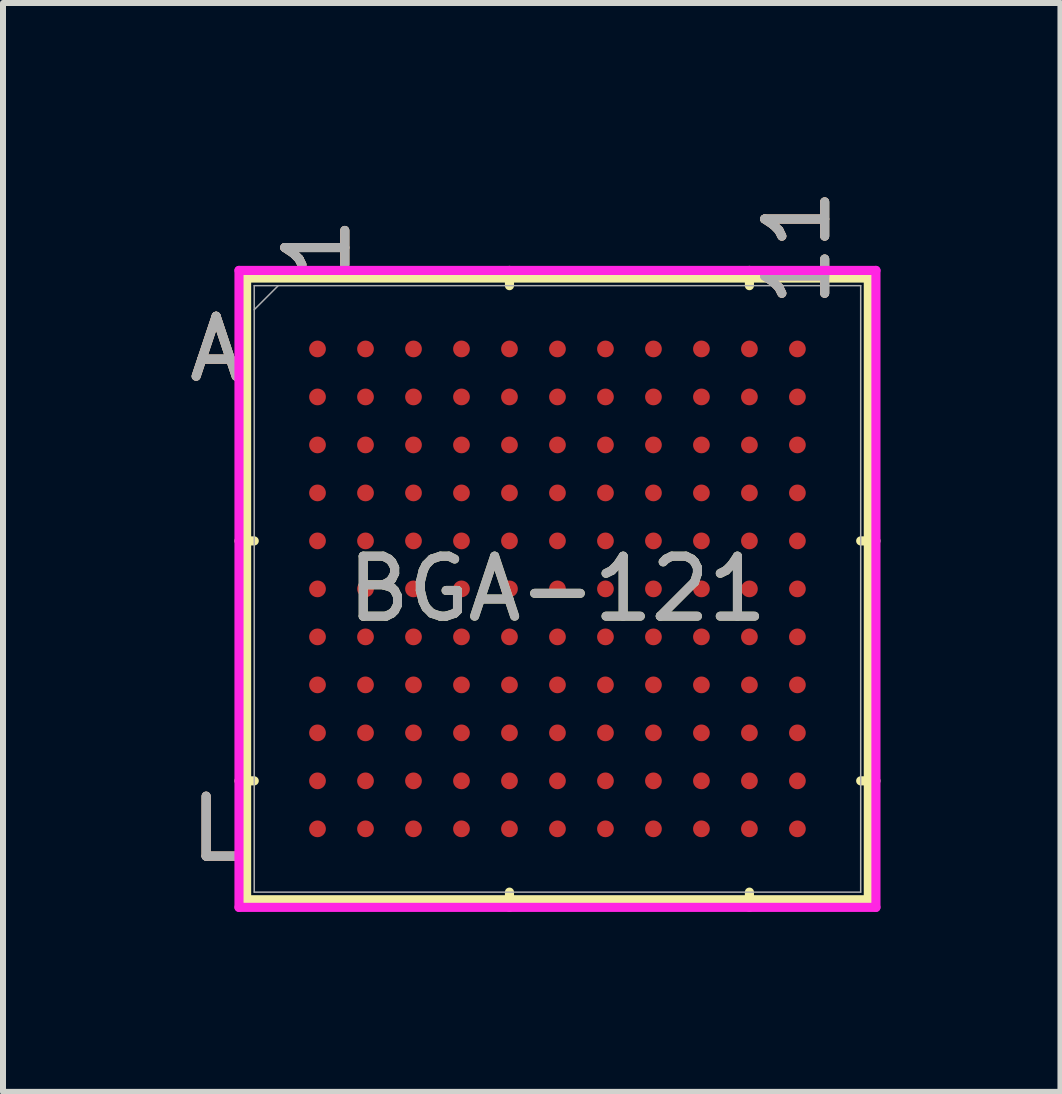
<source format=kicad_pcb>
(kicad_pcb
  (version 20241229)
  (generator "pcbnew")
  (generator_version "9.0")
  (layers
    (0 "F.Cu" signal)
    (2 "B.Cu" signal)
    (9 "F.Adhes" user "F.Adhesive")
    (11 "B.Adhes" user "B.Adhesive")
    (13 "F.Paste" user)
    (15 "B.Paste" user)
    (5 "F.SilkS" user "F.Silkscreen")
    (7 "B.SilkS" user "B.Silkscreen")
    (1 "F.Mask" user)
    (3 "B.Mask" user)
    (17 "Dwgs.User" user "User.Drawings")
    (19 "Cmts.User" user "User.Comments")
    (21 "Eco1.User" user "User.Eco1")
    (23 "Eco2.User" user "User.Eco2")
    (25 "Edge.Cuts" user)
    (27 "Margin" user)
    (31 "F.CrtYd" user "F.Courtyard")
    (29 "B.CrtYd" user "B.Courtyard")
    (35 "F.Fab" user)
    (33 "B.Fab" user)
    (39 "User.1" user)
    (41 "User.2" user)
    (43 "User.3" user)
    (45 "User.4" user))
  (footprint "BGA-121"
    (layer "F.Cu")
    (at 6.243 6.767)
    (property "Reference" "BGA-121" (at 0 0 0) (unlocked yes) (layer "F.SilkS") (effects (font (size 1 1) (thickness 0.15))))
    (attr smd)
    (fp_line (start -5.182 -5.182) (end -5.182 5.182) (stroke (width 0.152) (type solid)) (layer "F.SilkS"))
    (fp_line (start -5.182 5.182) (end 5.182 5.182) (stroke (width 0.152) (type solid)) (layer "F.SilkS"))
    (fp_line (start -5.055 -0.8) (end -5.309 -0.8) (stroke (width 0.152) (type solid)) (layer "F.SilkS"))
    (fp_line (start -5.055 3.2) (end -5.309 3.2) (stroke (width 0.152) (type solid)) (layer "F.SilkS"))
    (fp_line (start -0.8 -5.055) (end -0.8 -5.309) (stroke (width 0.152) (type solid)) (layer "F.SilkS"))
    (fp_line (start -0.8 5.055) (end -0.8 5.309) (stroke (width 0.152) (type solid)) (layer "F.SilkS"))
    (fp_line (start 3.2 -5.055) (end 3.2 -5.309) (stroke (width 0.152) (type solid)) (layer "F.SilkS"))
    (fp_line (start 3.2 5.055) (end 3.2 5.309) (stroke (width 0.152) (type solid)) (layer "F.SilkS"))
    (fp_line (start 5.055 -0.8) (end 5.309 -0.8) (stroke (width 0.152) (type solid)) (layer "F.SilkS"))
    (fp_line (start 5.055 3.2) (end 5.309 3.2) (stroke (width 0.152) (type solid)) (layer "F.SilkS"))
    (fp_line (start 5.182 -5.182) (end -5.182 -5.182) (stroke (width 0.152) (type solid)) (layer "F.SilkS"))
    (fp_line (start 5.182 5.182) (end 5.182 -5.182) (stroke (width 0.152) (type solid)) (layer "F.SilkS"))
    (fp_poly (pts (xy -4.845 -4.845) (xy 4.845 -4.845) (xy 4.845 4.845) (xy -4.845 4.845)) (stroke (width 0.1) (type solid)) (fill no) (layer "Eco2.User"))
    (fp_line (start -5.309 -5.309) (end 5.309 -5.309) (stroke (width 0.152) (type solid)) (layer "F.CrtYd"))
    (fp_line (start -5.309 5.309) (end -5.309 -5.309) (stroke (width 0.152) (type solid)) (layer "F.CrtYd"))
    (fp_line (start 5.309 -5.309) (end 5.309 5.309) (stroke (width 0.152) (type solid)) (layer "F.CrtYd"))
    (fp_line (start 5.309 5.309) (end -5.309 5.309) (stroke (width 0.152) (type solid)) (layer "F.CrtYd"))
    (fp_line (start -5.055 -5.055) (end -5.055 5.055) (stroke (width 0.025) (type solid)) (layer "F.Fab"))
    (fp_line (start -5.055 5.055) (end 5.055 5.055) (stroke (width 0.025) (type solid)) (layer "F.Fab"))
    (fp_line (start -4.655 -5.055) (end -5.055 -4.655) (stroke (width 0.025) (type solid)) (layer "F.Fab"))
    (fp_line (start 5.055 -5.055) (end -5.055 -5.055) (stroke (width 0.025) (type solid)) (layer "F.Fab"))
    (fp_line (start 5.055 5.055) (end 5.055 -5.055) (stroke (width 0.025) (type solid)) (layer "F.Fab"))
    (fp_text user "11" (at 4 -5.69 90) (unlocked yes) (layer "F.SilkS") (effects (font (size 1 1) (thickness 0.15))))
    (fp_text user "1" (at -4 -5.69 90) (unlocked yes) (layer "F.SilkS") (effects (font (size 1 1) (thickness 0.15))))
    (fp_text user "L" (at -5.69 4 0) (unlocked yes) (layer "F.SilkS") (effects (font (size 1 1) (thickness 0.15))))
    (fp_text user "A" (at -5.69 -4 0) (unlocked yes) (layer "F.SilkS") (effects (font (size 1 1) (thickness 0.15))))
    (fp_text user "L" (at -5.69 4 0) (unlocked yes) (layer "B.SilkS") (effects (font (size 1 1) (thickness 0.15))))
    (fp_text user "11" (at 4 -5.69 90) (unlocked yes) (layer "B.SilkS") (effects (font (size 1 1) (thickness 0.15))))
    (fp_text user "A" (at -5.69 -4 0) (unlocked yes) (layer "B.SilkS") (effects (font (size 1 1) (thickness 0.15))))
    (fp_text user "1" (at -4 -5.69 90) (unlocked yes) (layer "B.SilkS") (effects (font (size 1 1) (thickness 0.15))))
    (fp_text user "A" (at -5.69 -4 0) (unlocked yes) (layer "F.Fab") (effects (font (size 1 1) (thickness 0.15))))
    (fp_text user "L" (at -5.69 4 0) (unlocked yes) (layer "F.Fab") (effects (font (size 1 1) (thickness 0.15))))
    (fp_text user "${REFERENCE}" (at 0 0 0) (unlocked yes) (layer "F.Fab") (effects (font (size 1 1) (thickness 0.15))))
    (fp_text user "1" (at -4 -5.69 90) (unlocked yes) (layer "F.Fab") (effects (font (size 1 1) (thickness 0.15))))
    (fp_text user "11" (at 4 -5.69 90) (unlocked yes) (layer "F.Fab") (effects (font (size 1 1) (thickness 0.15))))
    (pad "A1" smd circle (at -4 -4) (size 0.279 0.279) (layers "F.Cu" "F.Mask" "F.Paste"))
    (pad "A2" smd circle (at -3.2 -4) (size 0.279 0.279) (layers "F.Cu" "F.Mask" "F.Paste"))
    (pad "A3" smd circle (at -2.4 -4) (size 0.279 0.279) (layers "F.Cu" "F.Mask" "F.Paste"))
    (pad "A4" smd circle (at -1.6 -4) (size 0.279 0.279) (layers "F.Cu" "F.Mask" "F.Paste"))
    (pad "A5" smd circle (at -0.8 -4) (size 0.279 0.279) (layers "F.Cu" "F.Mask" "F.Paste"))
    (pad "A6" smd circle (at 0 -4) (size 0.279 0.279) (layers "F.Cu" "F.Mask" "F.Paste"))
    (pad "A7" smd circle (at 0.8 -4) (size 0.279 0.279) (layers "F.Cu" "F.Mask" "F.Paste"))
    (pad "A8" smd circle (at 1.6 -4) (size 0.279 0.279) (layers "F.Cu" "F.Mask" "F.Paste"))
    (pad "A9" smd circle (at 2.4 -4) (size 0.279 0.279) (layers "F.Cu" "F.Mask" "F.Paste"))
    (pad "A10" smd circle (at 3.2 -4) (size 0.279 0.279) (layers "F.Cu" "F.Mask" "F.Paste"))
    (pad "A11" smd circle (at 4 -4) (size 0.279 0.279) (layers "F.Cu" "F.Mask" "F.Paste"))
    (pad "B1" smd circle (at -4 -3.2) (size 0.279 0.279) (layers "F.Cu" "F.Mask" "F.Paste"))
    (pad "B2" smd circle (at -3.2 -3.2) (size 0.279 0.279) (layers "F.Cu" "F.Mask" "F.Paste"))
    (pad "B3" smd circle (at -2.4 -3.2) (size 0.279 0.279) (layers "F.Cu" "F.Mask" "F.Paste"))
    (pad "B4" smd circle (at -1.6 -3.2) (size 0.279 0.279) (layers "F.Cu" "F.Mask" "F.Paste"))
    (pad "B5" smd circle (at -0.8 -3.2) (size 0.279 0.279) (layers "F.Cu" "F.Mask" "F.Paste"))
    (pad "B6" smd circle (at 0 -3.2) (size 0.279 0.279) (layers "F.Cu" "F.Mask" "F.Paste"))
    (pad "B7" smd circle (at 0.8 -3.2) (size 0.279 0.279) (layers "F.Cu" "F.Mask" "F.Paste"))
    (pad "B8" smd circle (at 1.6 -3.2) (size 0.279 0.279) (layers "F.Cu" "F.Mask" "F.Paste"))
    (pad "B9" smd circle (at 2.4 -3.2) (size 0.279 0.279) (layers "F.Cu" "F.Mask" "F.Paste"))
    (pad "B10" smd circle (at 3.2 -3.2) (size 0.279 0.279) (layers "F.Cu" "F.Mask" "F.Paste"))
    (pad "B11" smd circle (at 4 -3.2) (size 0.279 0.279) (layers "F.Cu" "F.Mask" "F.Paste"))
    (pad "C1" smd circle (at -4 -2.4) (size 0.279 0.279) (layers "F.Cu" "F.Mask" "F.Paste"))
    (pad "C2" smd circle (at -3.2 -2.4) (size 0.279 0.279) (layers "F.Cu" "F.Mask" "F.Paste"))
    (pad "C3" smd circle (at -2.4 -2.4) (size 0.279 0.279) (layers "F.Cu" "F.Mask" "F.Paste"))
    (pad "C4" smd circle (at -1.6 -2.4) (size 0.279 0.279) (layers "F.Cu" "F.Mask" "F.Paste"))
    (pad "C5" smd circle (at -0.8 -2.4) (size 0.279 0.279) (layers "F.Cu" "F.Mask" "F.Paste"))
    (pad "C6" smd circle (at 0 -2.4) (size 0.279 0.279) (layers "F.Cu" "F.Mask" "F.Paste"))
    (pad "C7" smd circle (at 0.8 -2.4) (size 0.279 0.279) (layers "F.Cu" "F.Mask" "F.Paste"))
    (pad "C8" smd circle (at 1.6 -2.4) (size 0.279 0.279) (layers "F.Cu" "F.Mask" "F.Paste"))
    (pad "C9" smd circle (at 2.4 -2.4) (size 0.279 0.279) (layers "F.Cu" "F.Mask" "F.Paste"))
    (pad "C10" smd circle (at 3.2 -2.4) (size 0.279 0.279) (layers "F.Cu" "F.Mask" "F.Paste"))
    (pad "C11" smd circle (at 4 -2.4) (size 0.279 0.279) (layers "F.Cu" "F.Mask" "F.Paste"))
    (pad "D1" smd circle (at -4 -1.6) (size 0.279 0.279) (layers "F.Cu" "F.Mask" "F.Paste"))
    (pad "D2" smd circle (at -3.2 -1.6) (size 0.279 0.279) (layers "F.Cu" "F.Mask" "F.Paste"))
    (pad "D3" smd circle (at -2.4 -1.6) (size 0.279 0.279) (layers "F.Cu" "F.Mask" "F.Paste"))
    (pad "D4" smd circle (at -1.6 -1.6) (size 0.279 0.279) (layers "F.Cu" "F.Mask" "F.Paste"))
    (pad "D5" smd circle (at -0.8 -1.6) (size 0.279 0.279) (layers "F.Cu" "F.Mask" "F.Paste"))
    (pad "D6" smd circle (at 0 -1.6) (size 0.279 0.279) (layers "F.Cu" "F.Mask" "F.Paste"))
    (pad "D7" smd circle (at 0.8 -1.6) (size 0.279 0.279) (layers "F.Cu" "F.Mask" "F.Paste"))
    (pad "D8" smd circle (at 1.6 -1.6) (size 0.279 0.279) (layers "F.Cu" "F.Mask" "F.Paste"))
    (pad "D9" smd circle (at 2.4 -1.6) (size 0.279 0.279) (layers "F.Cu" "F.Mask" "F.Paste"))
    (pad "D10" smd circle (at 3.2 -1.6) (size 0.279 0.279) (layers "F.Cu" "F.Mask" "F.Paste"))
    (pad "D11" smd circle (at 4 -1.6) (size 0.279 0.279) (layers "F.Cu" "F.Mask" "F.Paste"))
    (pad "E1" smd circle (at -4 -0.8) (size 0.279 0.279) (layers "F.Cu" "F.Mask" "F.Paste"))
    (pad "E2" smd circle (at -3.2 -0.8) (size 0.279 0.279) (layers "F.Cu" "F.Mask" "F.Paste"))
    (pad "E3" smd circle (at -2.4 -0.8) (size 0.279 0.279) (layers "F.Cu" "F.Mask" "F.Paste"))
    (pad "E4" smd circle (at -1.6 -0.8) (size 0.279 0.279) (layers "F.Cu" "F.Mask" "F.Paste"))
    (pad "E5" smd circle (at -0.8 -0.8) (size 0.279 0.279) (layers "F.Cu" "F.Mask" "F.Paste"))
    (pad "E6" smd circle (at 0 -0.8) (size 0.279 0.279) (layers "F.Cu" "F.Mask" "F.Paste"))
    (pad "E7" smd circle (at 0.8 -0.8) (size 0.279 0.279) (layers "F.Cu" "F.Mask" "F.Paste"))
    (pad "E8" smd circle (at 1.6 -0.8) (size 0.279 0.279) (layers "F.Cu" "F.Mask" "F.Paste"))
    (pad "E9" smd circle (at 2.4 -0.8) (size 0.279 0.279) (layers "F.Cu" "F.Mask" "F.Paste"))
    (pad "E10" smd circle (at 3.2 -0.8) (size 0.279 0.279) (layers "F.Cu" "F.Mask" "F.Paste"))
    (pad "E11" smd circle (at 4 -0.8) (size 0.279 0.279) (layers "F.Cu" "F.Mask" "F.Paste"))
    (pad "F1" smd circle (at -4 0) (size 0.279 0.279) (layers "F.Cu" "F.Mask" "F.Paste"))
    (pad "F2" smd circle (at -3.2 0) (size 0.279 0.279) (layers "F.Cu" "F.Mask" "F.Paste"))
    (pad "F3" smd circle (at -2.4 0) (size 0.279 0.279) (layers "F.Cu" "F.Mask" "F.Paste"))
    (pad "F4" smd circle (at -1.6 0) (size 0.279 0.279) (layers "F.Cu" "F.Mask" "F.Paste"))
    (pad "F5" smd circle (at -0.8 0) (size 0.279 0.279) (layers "F.Cu" "F.Mask" "F.Paste"))
    (pad "F6" smd circle (at 0 0) (size 0.279 0.279) (layers "F.Cu" "F.Mask" "F.Paste"))
    (pad "F7" smd circle (at 0.8 0) (size 0.279 0.279) (layers "F.Cu" "F.Mask" "F.Paste"))
    (pad "F8" smd circle (at 1.6 0) (size 0.279 0.279) (layers "F.Cu" "F.Mask" "F.Paste"))
    (pad "F9" smd circle (at 2.4 0) (size 0.279 0.279) (layers "F.Cu" "F.Mask" "F.Paste"))
    (pad "F10" smd circle (at 3.2 0) (size 0.279 0.279) (layers "F.Cu" "F.Mask" "F.Paste"))
    (pad "F11" smd circle (at 4 0) (size 0.279 0.279) (layers "F.Cu" "F.Mask" "F.Paste"))
    (pad "G1" smd circle (at -4 0.8) (size 0.279 0.279) (layers "F.Cu" "F.Mask" "F.Paste"))
    (pad "G2" smd circle (at -3.2 0.8) (size 0.279 0.279) (layers "F.Cu" "F.Mask" "F.Paste"))
    (pad "G3" smd circle (at -2.4 0.8) (size 0.279 0.279) (layers "F.Cu" "F.Mask" "F.Paste"))
    (pad "G4" smd circle (at -1.6 0.8) (size 0.279 0.279) (layers "F.Cu" "F.Mask" "F.Paste"))
    (pad "G5" smd circle (at -0.8 0.8) (size 0.279 0.279) (layers "F.Cu" "F.Mask" "F.Paste"))
    (pad "G6" smd circle (at 0 0.8) (size 0.279 0.279) (layers "F.Cu" "F.Mask" "F.Paste"))
    (pad "G7" smd circle (at 0.8 0.8) (size 0.279 0.279) (layers "F.Cu" "F.Mask" "F.Paste"))
    (pad "G8" smd circle (at 1.6 0.8) (size 0.279 0.279) (layers "F.Cu" "F.Mask" "F.Paste"))
    (pad "G9" smd circle (at 2.4 0.8) (size 0.279 0.279) (layers "F.Cu" "F.Mask" "F.Paste"))
    (pad "G10" smd circle (at 3.2 0.8) (size 0.279 0.279) (layers "F.Cu" "F.Mask" "F.Paste"))
    (pad "G11" smd circle (at 4 0.8) (size 0.279 0.279) (layers "F.Cu" "F.Mask" "F.Paste"))
    (pad "H1" smd circle (at -4 1.6) (size 0.279 0.279) (layers "F.Cu" "F.Mask" "F.Paste"))
    (pad "H2" smd circle (at -3.2 1.6) (size 0.279 0.279) (layers "F.Cu" "F.Mask" "F.Paste"))
    (pad "H3" smd circle (at -2.4 1.6) (size 0.279 0.279) (layers "F.Cu" "F.Mask" "F.Paste"))
    (pad "H4" smd circle (at -1.6 1.6) (size 0.279 0.279) (layers "F.Cu" "F.Mask" "F.Paste"))
    (pad "H5" smd circle (at -0.8 1.6) (size 0.279 0.279) (layers "F.Cu" "F.Mask" "F.Paste"))
    (pad "H6" smd circle (at 0 1.6) (size 0.279 0.279) (layers "F.Cu" "F.Mask" "F.Paste"))
    (pad "H7" smd circle (at 0.8 1.6) (size 0.279 0.279) (layers "F.Cu" "F.Mask" "F.Paste"))
    (pad "H8" smd circle (at 1.6 1.6) (size 0.279 0.279) (layers "F.Cu" "F.Mask" "F.Paste"))
    (pad "H9" smd circle (at 2.4 1.6) (size 0.279 0.279) (layers "F.Cu" "F.Mask" "F.Paste"))
    (pad "H10" smd circle (at 3.2 1.6) (size 0.279 0.279) (layers "F.Cu" "F.Mask" "F.Paste"))
    (pad "H11" smd circle (at 4 1.6) (size 0.279 0.279) (layers "F.Cu" "F.Mask" "F.Paste"))
    (pad "J1" smd circle (at -4 2.4) (size 0.279 0.279) (layers "F.Cu" "F.Mask" "F.Paste"))
    (pad "J2" smd circle (at -3.2 2.4) (size 0.279 0.279) (layers "F.Cu" "F.Mask" "F.Paste"))
    (pad "J3" smd circle (at -2.4 2.4) (size 0.279 0.279) (layers "F.Cu" "F.Mask" "F.Paste"))
    (pad "J4" smd circle (at -1.6 2.4) (size 0.279 0.279) (layers "F.Cu" "F.Mask" "F.Paste"))
    (pad "J5" smd circle (at -0.8 2.4) (size 0.279 0.279) (layers "F.Cu" "F.Mask" "F.Paste"))
    (pad "J6" smd circle (at 0 2.4) (size 0.279 0.279) (layers "F.Cu" "F.Mask" "F.Paste"))
    (pad "J7" smd circle (at 0.8 2.4) (size 0.279 0.279) (layers "F.Cu" "F.Mask" "F.Paste"))
    (pad "J8" smd circle (at 1.6 2.4) (size 0.279 0.279) (layers "F.Cu" "F.Mask" "F.Paste"))
    (pad "J9" smd circle (at 2.4 2.4) (size 0.279 0.279) (layers "F.Cu" "F.Mask" "F.Paste"))
    (pad "J10" smd circle (at 3.2 2.4) (size 0.279 0.279) (layers "F.Cu" "F.Mask" "F.Paste"))
    (pad "J11" smd circle (at 4 2.4) (size 0.279 0.279) (layers "F.Cu" "F.Mask" "F.Paste"))
    (pad "K1" smd circle (at -4 3.2) (size 0.279 0.279) (layers "F.Cu" "F.Mask" "F.Paste"))
    (pad "K2" smd circle (at -3.2 3.2) (size 0.279 0.279) (layers "F.Cu" "F.Mask" "F.Paste"))
    (pad "K3" smd circle (at -2.4 3.2) (size 0.279 0.279) (layers "F.Cu" "F.Mask" "F.Paste"))
    (pad "K4" smd circle (at -1.6 3.2) (size 0.279 0.279) (layers "F.Cu" "F.Mask" "F.Paste"))
    (pad "K5" smd circle (at -0.8 3.2) (size 0.279 0.279) (layers "F.Cu" "F.Mask" "F.Paste"))
    (pad "K6" smd circle (at 0 3.2) (size 0.279 0.279) (layers "F.Cu" "F.Mask" "F.Paste"))
    (pad "K7" smd circle (at 0.8 3.2) (size 0.279 0.279) (layers "F.Cu" "F.Mask" "F.Paste"))
    (pad "K8" smd circle (at 1.6 3.2) (size 0.279 0.279) (layers "F.Cu" "F.Mask" "F.Paste"))
    (pad "K9" smd circle (at 2.4 3.2) (size 0.279 0.279) (layers "F.Cu" "F.Mask" "F.Paste"))
    (pad "K10" smd circle (at 3.2 3.2) (size 0.279 0.279) (layers "F.Cu" "F.Mask" "F.Paste"))
    (pad "K11" smd circle (at 4 3.2) (size 0.279 0.279) (layers "F.Cu" "F.Mask" "F.Paste"))
    (pad "L1" smd circle (at -4 4) (size 0.279 0.279) (layers "F.Cu" "F.Mask" "F.Paste"))
    (pad "L2" smd circle (at -3.2 4) (size 0.279 0.279) (layers "F.Cu" "F.Mask" "F.Paste"))
    (pad "L3" smd circle (at -2.4 4) (size 0.279 0.279) (layers "F.Cu" "F.Mask" "F.Paste"))
    (pad "L4" smd circle (at -1.6 4) (size 0.279 0.279) (layers "F.Cu" "F.Mask" "F.Paste"))
    (pad "L5" smd circle (at -0.8 4) (size 0.279 0.279) (layers "F.Cu" "F.Mask" "F.Paste"))
    (pad "L6" smd circle (at 0 4) (size 0.279 0.279) (layers "F.Cu" "F.Mask" "F.Paste"))
    (pad "L7" smd circle (at 0.8 4) (size 0.279 0.279) (layers "F.Cu" "F.Mask" "F.Paste"))
    (pad "L8" smd circle (at 1.6 4) (size 0.279 0.279) (layers "F.Cu" "F.Mask" "F.Paste"))
    (pad "L9" smd circle (at 2.4 4) (size 0.279 0.279) (layers "F.Cu" "F.Mask" "F.Paste"))
    (pad "L10" smd circle (at 3.2 4) (size 0.279 0.279) (layers "F.Cu" "F.Mask" "F.Paste"))
    (pad "L11" smd circle (at 4 4) (size 0.279 0.279) (layers "F.Cu" "F.Mask" "F.Paste")))
  (gr_rect
    (start -3 -3)
    (end 14.628 15.152)
    (stroke (width 0.1) (type default))
    (fill no)
    (layer "Edge.Cuts")))
</source>
